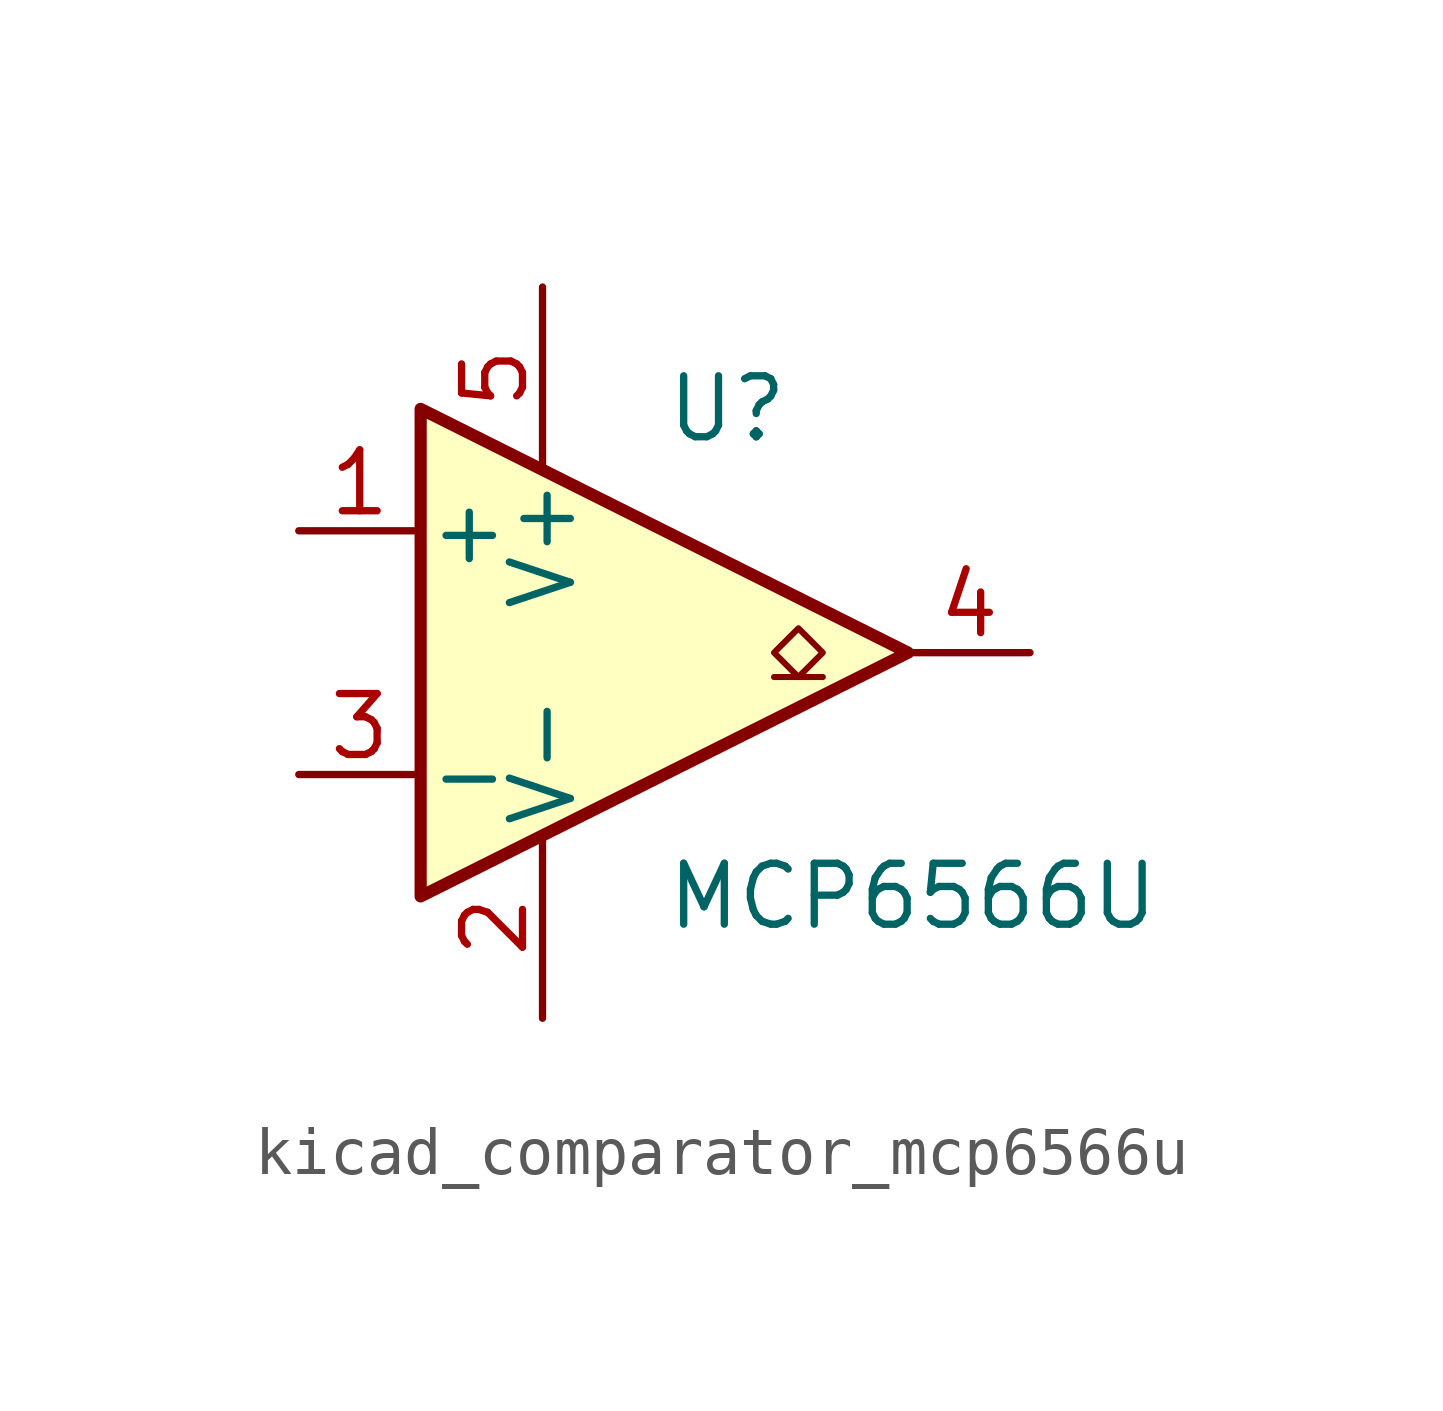
<source format=kicad_sym>
(kicad_symbol_lib
  (version 20220914)
  (generator kicad_symbol_editor)
  (symbol "kicad_comparator_mcp6566u"
    (pin_names
      (offset 0.127))
    (property "Reference" "U"
      (at 0 5.08 0)
      (effects (font (size 1.27 1.27)) (justify left)))
    (property "Value" "MCP6566U"
      (at 0 -5.08 0)
      (effects (font (size 1.27 1.27)) (justify left)))
    (symbol "kicad_comparator_mcp6566u_0_1"
      (polyline (pts (xy -5.08 5.08) (xy 5.08 0) (xy -5.08 -5.08) (xy -5.08 5.08)) (stroke (width 0.254) (type default)) (fill (type background)))
      (polyline (pts (xy 3.302 -0.508) (xy 2.794 -0.508) (xy 3.302 0) (xy 2.794 0.508) (xy 2.286 0) (xy 2.794 -0.508) (xy 2.286 -0.508)) (stroke (width 0.127) (type default)) (fill (type none)))
      (pin power_in line (at -2.54 -7.62 90) (length 3.81) (name "V-" (effects (font (size 1.27 1.27)))) (number "2" (effects (font (size 1.27 1.27)))))
      (pin power_in line (at -2.54 7.62 270) (length 3.81) (name "V+" (effects (font (size 1.27 1.27)))) (number "5" (effects (font (size 1.27 1.27))))))
    (symbol "kicad_comparator_mcp6566u_1_1"
      (pin input line (at -7.62 2.54 0) (length 2.54) (name "+" (effects (font (size 1.27 1.27)))) (number "1" (effects (font (size 1.27 1.27)))))
      (pin input line (at -7.62 -2.54 0) (length 2.54) (name "-" (effects (font (size 1.27 1.27)))) (number "3" (effects (font (size 1.27 1.27)))))
      (pin open_collector line (at 7.62 0 180) (length 2.54) (name "~" (effects (font (size 1.27 1.27)))) (number "4" (effects (font (size 1.27 1.27))))))))
</source>
